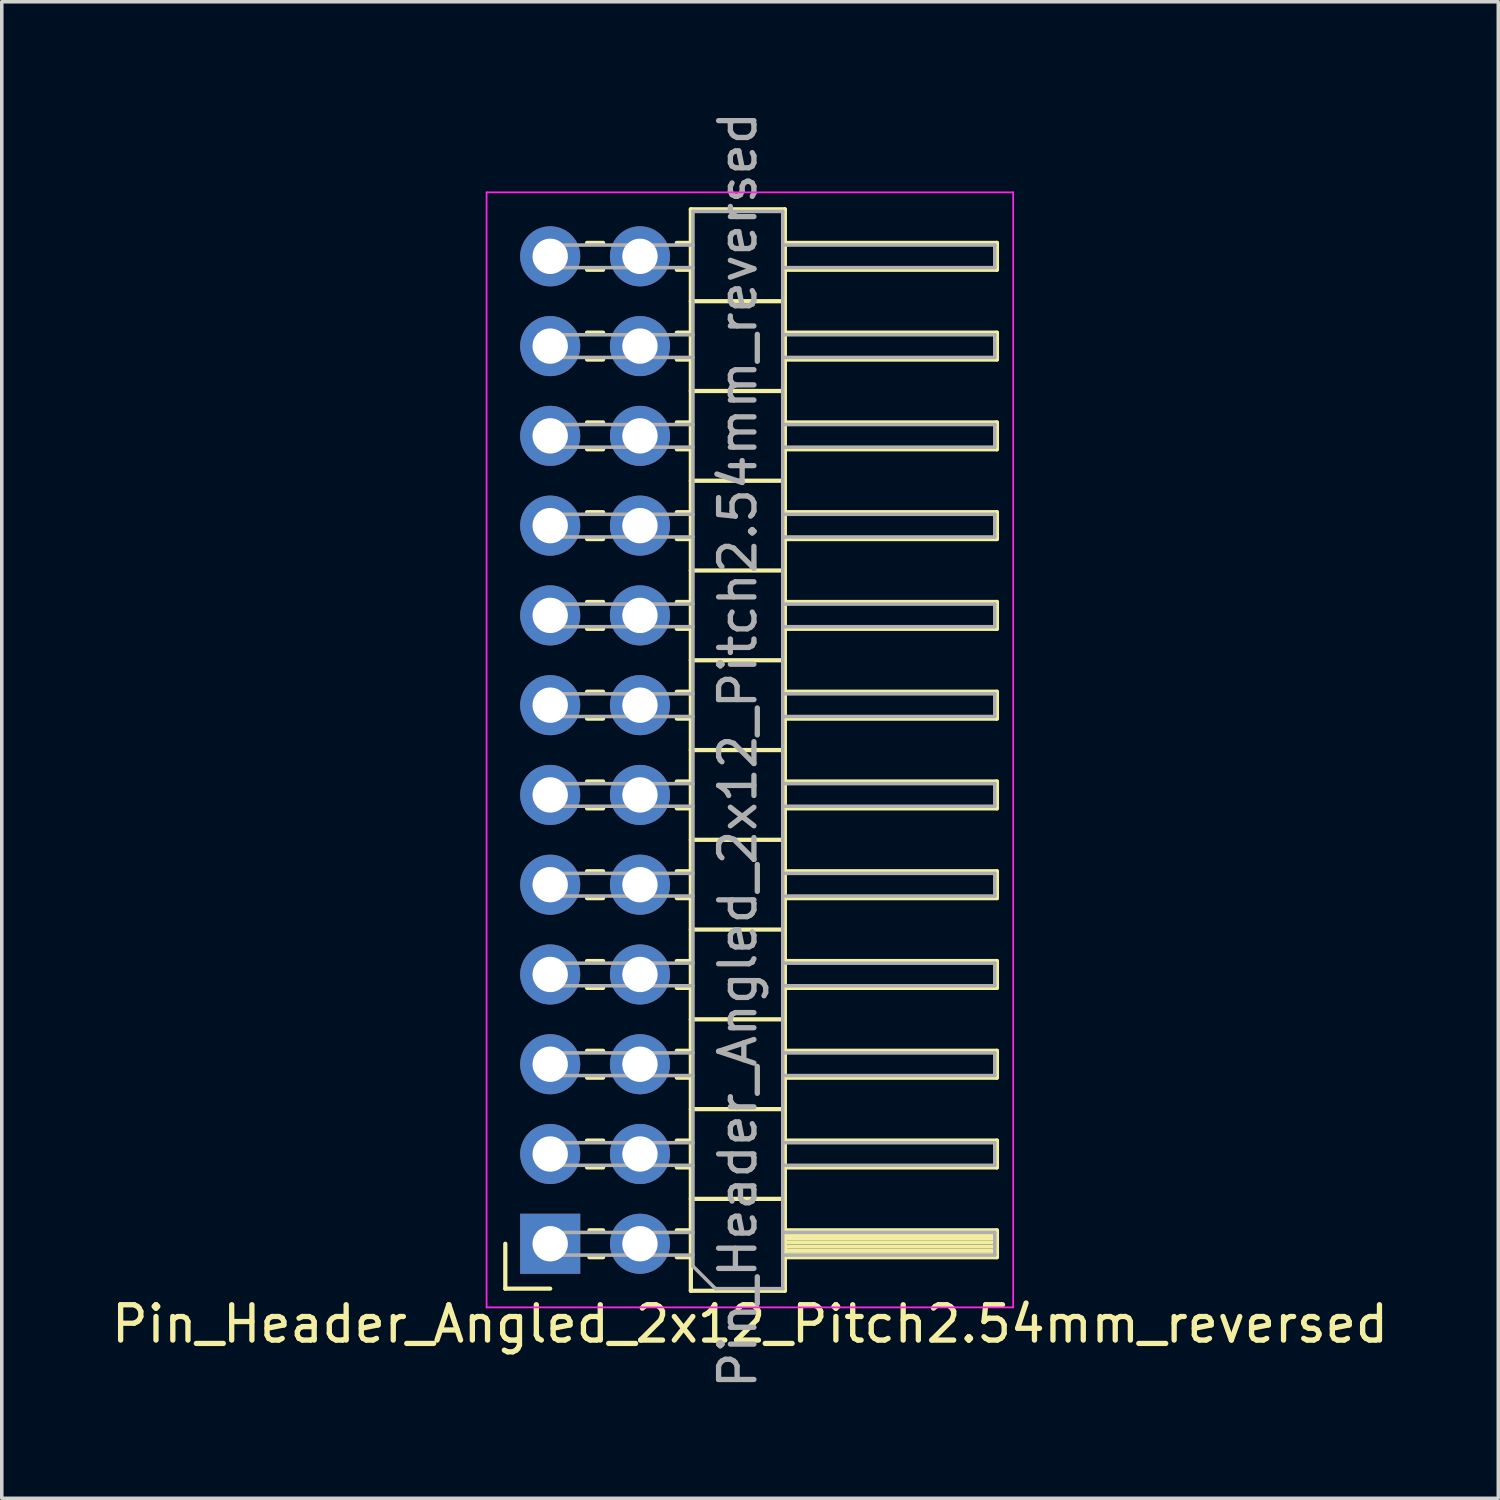
<source format=kicad_pcb>
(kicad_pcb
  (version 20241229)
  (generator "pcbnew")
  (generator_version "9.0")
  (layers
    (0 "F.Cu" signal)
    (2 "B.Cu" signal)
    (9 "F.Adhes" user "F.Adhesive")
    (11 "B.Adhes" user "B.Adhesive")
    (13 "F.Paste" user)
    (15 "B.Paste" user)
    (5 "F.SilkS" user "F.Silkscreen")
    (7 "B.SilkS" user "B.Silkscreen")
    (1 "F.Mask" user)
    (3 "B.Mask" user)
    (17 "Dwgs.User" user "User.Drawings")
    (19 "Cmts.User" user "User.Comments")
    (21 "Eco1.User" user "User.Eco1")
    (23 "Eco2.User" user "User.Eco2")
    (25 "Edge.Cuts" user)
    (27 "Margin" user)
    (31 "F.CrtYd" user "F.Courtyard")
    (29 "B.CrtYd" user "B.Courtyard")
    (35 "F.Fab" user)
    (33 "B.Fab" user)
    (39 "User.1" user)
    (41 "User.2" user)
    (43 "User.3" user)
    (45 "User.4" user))
  (footprint "Pin_Header_Angled_2x12_Pitch2.54mm_reversed"
    (layer "F.Cu")
    (at 12.518 32.143)
    (property "Reference" "Pin_Header_Angled_2x12_Pitch2.54mm_reversed" (at 5.655 2.27 0) (layer "F.SilkS") (effects (font (size 1 1) (thickness 0.15))))
    (attr through_hole)
    (fp_line (start -1.27 0) (end -1.27 1.27) (stroke (width 0.12) (type solid)) (layer "F.SilkS"))
    (fp_line (start -1.27 1.27) (end 0 1.27) (stroke (width 0.12) (type solid)) (layer "F.SilkS"))
    (fp_line (start 1.043 -28.32) (end 1.497 -28.32) (stroke (width 0.12) (type solid)) (layer "F.SilkS"))
    (fp_line (start 1.043 -27.56) (end 1.497 -27.56) (stroke (width 0.12) (type solid)) (layer "F.SilkS"))
    (fp_line (start 1.043 -25.78) (end 1.497 -25.78) (stroke (width 0.12) (type solid)) (layer "F.SilkS"))
    (fp_line (start 1.043 -25.02) (end 1.497 -25.02) (stroke (width 0.12) (type solid)) (layer "F.SilkS"))
    (fp_line (start 1.043 -23.24) (end 1.497 -23.24) (stroke (width 0.12) (type solid)) (layer "F.SilkS"))
    (fp_line (start 1.043 -22.48) (end 1.497 -22.48) (stroke (width 0.12) (type solid)) (layer "F.SilkS"))
    (fp_line (start 1.043 -20.7) (end 1.497 -20.7) (stroke (width 0.12) (type solid)) (layer "F.SilkS"))
    (fp_line (start 1.043 -19.94) (end 1.497 -19.94) (stroke (width 0.12) (type solid)) (layer "F.SilkS"))
    (fp_line (start 1.043 -18.16) (end 1.497 -18.16) (stroke (width 0.12) (type solid)) (layer "F.SilkS"))
    (fp_line (start 1.043 -17.4) (end 1.497 -17.4) (stroke (width 0.12) (type solid)) (layer "F.SilkS"))
    (fp_line (start 1.043 -15.62) (end 1.497 -15.62) (stroke (width 0.12) (type solid)) (layer "F.SilkS"))
    (fp_line (start 1.043 -14.86) (end 1.497 -14.86) (stroke (width 0.12) (type solid)) (layer "F.SilkS"))
    (fp_line (start 1.043 -13.08) (end 1.497 -13.08) (stroke (width 0.12) (type solid)) (layer "F.SilkS"))
    (fp_line (start 1.043 -12.32) (end 1.497 -12.32) (stroke (width 0.12) (type solid)) (layer "F.SilkS"))
    (fp_line (start 1.043 -10.54) (end 1.497 -10.54) (stroke (width 0.12) (type solid)) (layer "F.SilkS"))
    (fp_line (start 1.043 -9.78) (end 1.497 -9.78) (stroke (width 0.12) (type solid)) (layer "F.SilkS"))
    (fp_line (start 1.043 -8) (end 1.497 -8) (stroke (width 0.12) (type solid)) (layer "F.SilkS"))
    (fp_line (start 1.043 -7.24) (end 1.497 -7.24) (stroke (width 0.12) (type solid)) (layer "F.SilkS"))
    (fp_line (start 1.043 -5.46) (end 1.497 -5.46) (stroke (width 0.12) (type solid)) (layer "F.SilkS"))
    (fp_line (start 1.043 -4.7) (end 1.497 -4.7) (stroke (width 0.12) (type solid)) (layer "F.SilkS"))
    (fp_line (start 1.043 -2.92) (end 1.497 -2.92) (stroke (width 0.12) (type solid)) (layer "F.SilkS"))
    (fp_line (start 1.043 -2.16) (end 1.497 -2.16) (stroke (width 0.12) (type solid)) (layer "F.SilkS"))
    (fp_line (start 1.11 -0.38) (end 1.497 -0.38) (stroke (width 0.12) (type solid)) (layer "F.SilkS"))
    (fp_line (start 1.11 0.38) (end 1.497 0.38) (stroke (width 0.12) (type solid)) (layer "F.SilkS"))
    (fp_line (start 3.583 -28.32) (end 3.98 -28.32) (stroke (width 0.12) (type solid)) (layer "F.SilkS"))
    (fp_line (start 3.583 -27.56) (end 3.98 -27.56) (stroke (width 0.12) (type solid)) (layer "F.SilkS"))
    (fp_line (start 3.583 -25.78) (end 3.98 -25.78) (stroke (width 0.12) (type solid)) (layer "F.SilkS"))
    (fp_line (start 3.583 -25.02) (end 3.98 -25.02) (stroke (width 0.12) (type solid)) (layer "F.SilkS"))
    (fp_line (start 3.583 -23.24) (end 3.98 -23.24) (stroke (width 0.12) (type solid)) (layer "F.SilkS"))
    (fp_line (start 3.583 -22.48) (end 3.98 -22.48) (stroke (width 0.12) (type solid)) (layer "F.SilkS"))
    (fp_line (start 3.583 -20.7) (end 3.98 -20.7) (stroke (width 0.12) (type solid)) (layer "F.SilkS"))
    (fp_line (start 3.583 -19.94) (end 3.98 -19.94) (stroke (width 0.12) (type solid)) (layer "F.SilkS"))
    (fp_line (start 3.583 -18.16) (end 3.98 -18.16) (stroke (width 0.12) (type solid)) (layer "F.SilkS"))
    (fp_line (start 3.583 -17.4) (end 3.98 -17.4) (stroke (width 0.12) (type solid)) (layer "F.SilkS"))
    (fp_line (start 3.583 -15.62) (end 3.98 -15.62) (stroke (width 0.12) (type solid)) (layer "F.SilkS"))
    (fp_line (start 3.583 -14.86) (end 3.98 -14.86) (stroke (width 0.12) (type solid)) (layer "F.SilkS"))
    (fp_line (start 3.583 -13.08) (end 3.98 -13.08) (stroke (width 0.12) (type solid)) (layer "F.SilkS"))
    (fp_line (start 3.583 -12.32) (end 3.98 -12.32) (stroke (width 0.12) (type solid)) (layer "F.SilkS"))
    (fp_line (start 3.583 -10.54) (end 3.98 -10.54) (stroke (width 0.12) (type solid)) (layer "F.SilkS"))
    (fp_line (start 3.583 -9.78) (end 3.98 -9.78) (stroke (width 0.12) (type solid)) (layer "F.SilkS"))
    (fp_line (start 3.583 -8) (end 3.98 -8) (stroke (width 0.12) (type solid)) (layer "F.SilkS"))
    (fp_line (start 3.583 -7.24) (end 3.98 -7.24) (stroke (width 0.12) (type solid)) (layer "F.SilkS"))
    (fp_line (start 3.583 -5.46) (end 3.98 -5.46) (stroke (width 0.12) (type solid)) (layer "F.SilkS"))
    (fp_line (start 3.583 -4.7) (end 3.98 -4.7) (stroke (width 0.12) (type solid)) (layer "F.SilkS"))
    (fp_line (start 3.583 -2.92) (end 3.98 -2.92) (stroke (width 0.12) (type solid)) (layer "F.SilkS"))
    (fp_line (start 3.583 -2.16) (end 3.98 -2.16) (stroke (width 0.12) (type solid)) (layer "F.SilkS"))
    (fp_line (start 3.583 -0.38) (end 3.98 -0.38) (stroke (width 0.12) (type solid)) (layer "F.SilkS"))
    (fp_line (start 3.583 0.38) (end 3.98 0.38) (stroke (width 0.12) (type solid)) (layer "F.SilkS"))
    (fp_line (start 3.98 -29.27) (end 6.64 -29.27) (stroke (width 0.12) (type solid)) (layer "F.SilkS"))
    (fp_line (start 3.98 -26.67) (end 6.64 -26.67) (stroke (width 0.12) (type solid)) (layer "F.SilkS"))
    (fp_line (start 3.98 -24.13) (end 6.64 -24.13) (stroke (width 0.12) (type solid)) (layer "F.SilkS"))
    (fp_line (start 3.98 -21.59) (end 6.64 -21.59) (stroke (width 0.12) (type solid)) (layer "F.SilkS"))
    (fp_line (start 3.98 -19.05) (end 6.64 -19.05) (stroke (width 0.12) (type solid)) (layer "F.SilkS"))
    (fp_line (start 3.98 -16.51) (end 6.64 -16.51) (stroke (width 0.12) (type solid)) (layer "F.SilkS"))
    (fp_line (start 3.98 -13.97) (end 6.64 -13.97) (stroke (width 0.12) (type solid)) (layer "F.SilkS"))
    (fp_line (start 3.98 -11.43) (end 6.64 -11.43) (stroke (width 0.12) (type solid)) (layer "F.SilkS"))
    (fp_line (start 3.98 -8.89) (end 6.64 -8.89) (stroke (width 0.12) (type solid)) (layer "F.SilkS"))
    (fp_line (start 3.98 -6.35) (end 6.64 -6.35) (stroke (width 0.12) (type solid)) (layer "F.SilkS"))
    (fp_line (start 3.98 -3.81) (end 6.64 -3.81) (stroke (width 0.12) (type solid)) (layer "F.SilkS"))
    (fp_line (start 3.98 -1.27) (end 6.64 -1.27) (stroke (width 0.12) (type solid)) (layer "F.SilkS"))
    (fp_line (start 3.98 1.33) (end 3.98 -29.27) (stroke (width 0.12) (type solid)) (layer "F.SilkS"))
    (fp_line (start 6.64 -29.27) (end 6.64 1.33) (stroke (width 0.12) (type solid)) (layer "F.SilkS"))
    (fp_line (start 6.64 -27.56) (end 12.64 -27.56) (stroke (width 0.12) (type solid)) (layer "F.SilkS"))
    (fp_line (start 6.64 -25.02) (end 12.64 -25.02) (stroke (width 0.12) (type solid)) (layer "F.SilkS"))
    (fp_line (start 6.64 -22.48) (end 12.64 -22.48) (stroke (width 0.12) (type solid)) (layer "F.SilkS"))
    (fp_line (start 6.64 -19.94) (end 12.64 -19.94) (stroke (width 0.12) (type solid)) (layer "F.SilkS"))
    (fp_line (start 6.64 -17.4) (end 12.64 -17.4) (stroke (width 0.12) (type solid)) (layer "F.SilkS"))
    (fp_line (start 6.64 -14.86) (end 12.64 -14.86) (stroke (width 0.12) (type solid)) (layer "F.SilkS"))
    (fp_line (start 6.64 -12.32) (end 12.64 -12.32) (stroke (width 0.12) (type solid)) (layer "F.SilkS"))
    (fp_line (start 6.64 -9.78) (end 12.64 -9.78) (stroke (width 0.12) (type solid)) (layer "F.SilkS"))
    (fp_line (start 6.64 -7.24) (end 12.64 -7.24) (stroke (width 0.12) (type solid)) (layer "F.SilkS"))
    (fp_line (start 6.64 -4.7) (end 12.64 -4.7) (stroke (width 0.12) (type solid)) (layer "F.SilkS"))
    (fp_line (start 6.64 -2.16) (end 12.64 -2.16) (stroke (width 0.12) (type solid)) (layer "F.SilkS"))
    (fp_line (start 6.64 -0.28) (end 12.64 -0.28) (stroke (width 0.12) (type solid)) (layer "F.SilkS"))
    (fp_line (start 6.64 -0.16) (end 12.64 -0.16) (stroke (width 0.12) (type solid)) (layer "F.SilkS"))
    (fp_line (start 6.64 -0.04) (end 12.64 -0.04) (stroke (width 0.12) (type solid)) (layer "F.SilkS"))
    (fp_line (start 6.64 0.08) (end 12.64 0.08) (stroke (width 0.12) (type solid)) (layer "F.SilkS"))
    (fp_line (start 6.64 0.2) (end 12.64 0.2) (stroke (width 0.12) (type solid)) (layer "F.SilkS"))
    (fp_line (start 6.64 0.32) (end 12.64 0.32) (stroke (width 0.12) (type solid)) (layer "F.SilkS"))
    (fp_line (start 6.64 0.38) (end 12.64 0.38) (stroke (width 0.12) (type solid)) (layer "F.SilkS"))
    (fp_line (start 6.64 1.33) (end 3.98 1.33) (stroke (width 0.12) (type solid)) (layer "F.SilkS"))
    (fp_line (start 12.64 -28.32) (end 6.64 -28.32) (stroke (width 0.12) (type solid)) (layer "F.SilkS"))
    (fp_line (start 12.64 -27.56) (end 12.64 -28.32) (stroke (width 0.12) (type solid)) (layer "F.SilkS"))
    (fp_line (start 12.64 -25.78) (end 6.64 -25.78) (stroke (width 0.12) (type solid)) (layer "F.SilkS"))
    (fp_line (start 12.64 -25.02) (end 12.64 -25.78) (stroke (width 0.12) (type solid)) (layer "F.SilkS"))
    (fp_line (start 12.64 -23.24) (end 6.64 -23.24) (stroke (width 0.12) (type solid)) (layer "F.SilkS"))
    (fp_line (start 12.64 -22.48) (end 12.64 -23.24) (stroke (width 0.12) (type solid)) (layer "F.SilkS"))
    (fp_line (start 12.64 -20.7) (end 6.64 -20.7) (stroke (width 0.12) (type solid)) (layer "F.SilkS"))
    (fp_line (start 12.64 -19.94) (end 12.64 -20.7) (stroke (width 0.12) (type solid)) (layer "F.SilkS"))
    (fp_line (start 12.64 -18.16) (end 6.64 -18.16) (stroke (width 0.12) (type solid)) (layer "F.SilkS"))
    (fp_line (start 12.64 -17.4) (end 12.64 -18.16) (stroke (width 0.12) (type solid)) (layer "F.SilkS"))
    (fp_line (start 12.64 -15.62) (end 6.64 -15.62) (stroke (width 0.12) (type solid)) (layer "F.SilkS"))
    (fp_line (start 12.64 -14.86) (end 12.64 -15.62) (stroke (width 0.12) (type solid)) (layer "F.SilkS"))
    (fp_line (start 12.64 -13.08) (end 6.64 -13.08) (stroke (width 0.12) (type solid)) (layer "F.SilkS"))
    (fp_line (start 12.64 -12.32) (end 12.64 -13.08) (stroke (width 0.12) (type solid)) (layer "F.SilkS"))
    (fp_line (start 12.64 -10.54) (end 6.64 -10.54) (stroke (width 0.12) (type solid)) (layer "F.SilkS"))
    (fp_line (start 12.64 -9.78) (end 12.64 -10.54) (stroke (width 0.12) (type solid)) (layer "F.SilkS"))
    (fp_line (start 12.64 -8) (end 6.64 -8) (stroke (width 0.12) (type solid)) (layer "F.SilkS"))
    (fp_line (start 12.64 -7.24) (end 12.64 -8) (stroke (width 0.12) (type solid)) (layer "F.SilkS"))
    (fp_line (start 12.64 -5.46) (end 6.64 -5.46) (stroke (width 0.12) (type solid)) (layer "F.SilkS"))
    (fp_line (start 12.64 -4.7) (end 12.64 -5.46) (stroke (width 0.12) (type solid)) (layer "F.SilkS"))
    (fp_line (start 12.64 -2.92) (end 6.64 -2.92) (stroke (width 0.12) (type solid)) (layer "F.SilkS"))
    (fp_line (start 12.64 -2.16) (end 12.64 -2.92) (stroke (width 0.12) (type solid)) (layer "F.SilkS"))
    (fp_line (start 12.64 -0.38) (end 6.64 -0.38) (stroke (width 0.12) (type solid)) (layer "F.SilkS"))
    (fp_line (start 12.64 0.38) (end 12.64 -0.38) (stroke (width 0.12) (type solid)) (layer "F.SilkS"))
    (fp_line (start -1.8 -29.75) (end 13.1 -29.75) (stroke (width 0.05) (type solid)) (layer "F.CrtYd"))
    (fp_line (start -1.8 1.8) (end -1.8 -29.75) (stroke (width 0.05) (type solid)) (layer "F.CrtYd"))
    (fp_line (start 13.1 -29.75) (end 13.1 1.8) (stroke (width 0.05) (type solid)) (layer "F.CrtYd"))
    (fp_line (start 13.1 1.8) (end -1.8 1.8) (stroke (width 0.05) (type solid)) (layer "F.CrtYd"))
    (fp_line (start -0.32 -28.26) (end 4.04 -28.26) (stroke (width 0.1) (type solid)) (layer "F.Fab"))
    (fp_line (start -0.32 -27.62) (end -0.32 -28.26) (stroke (width 0.1) (type solid)) (layer "F.Fab"))
    (fp_line (start -0.32 -27.62) (end 4.04 -27.62) (stroke (width 0.1) (type solid)) (layer "F.Fab"))
    (fp_line (start -0.32 -25.72) (end 4.04 -25.72) (stroke (width 0.1) (type solid)) (layer "F.Fab"))
    (fp_line (start -0.32 -25.08) (end -0.32 -25.72) (stroke (width 0.1) (type solid)) (layer "F.Fab"))
    (fp_line (start -0.32 -25.08) (end 4.04 -25.08) (stroke (width 0.1) (type solid)) (layer "F.Fab"))
    (fp_line (start -0.32 -23.18) (end 4.04 -23.18) (stroke (width 0.1) (type solid)) (layer "F.Fab"))
    (fp_line (start -0.32 -22.54) (end -0.32 -23.18) (stroke (width 0.1) (type solid)) (layer "F.Fab"))
    (fp_line (start -0.32 -22.54) (end 4.04 -22.54) (stroke (width 0.1) (type solid)) (layer "F.Fab"))
    (fp_line (start -0.32 -20.64) (end 4.04 -20.64) (stroke (width 0.1) (type solid)) (layer "F.Fab"))
    (fp_line (start -0.32 -20) (end -0.32 -20.64) (stroke (width 0.1) (type solid)) (layer "F.Fab"))
    (fp_line (start -0.32 -20) (end 4.04 -20) (stroke (width 0.1) (type solid)) (layer "F.Fab"))
    (fp_line (start -0.32 -18.1) (end 4.04 -18.1) (stroke (width 0.1) (type solid)) (layer "F.Fab"))
    (fp_line (start -0.32 -17.46) (end -0.32 -18.1) (stroke (width 0.1) (type solid)) (layer "F.Fab"))
    (fp_line (start -0.32 -17.46) (end 4.04 -17.46) (stroke (width 0.1) (type solid)) (layer "F.Fab"))
    (fp_line (start -0.32 -15.56) (end 4.04 -15.56) (stroke (width 0.1) (type solid)) (layer "F.Fab"))
    (fp_line (start -0.32 -14.92) (end -0.32 -15.56) (stroke (width 0.1) (type solid)) (layer "F.Fab"))
    (fp_line (start -0.32 -14.92) (end 4.04 -14.92) (stroke (width 0.1) (type solid)) (layer "F.Fab"))
    (fp_line (start -0.32 -13.02) (end 4.04 -13.02) (stroke (width 0.1) (type solid)) (layer "F.Fab"))
    (fp_line (start -0.32 -12.38) (end -0.32 -13.02) (stroke (width 0.1) (type solid)) (layer "F.Fab"))
    (fp_line (start -0.32 -12.38) (end 4.04 -12.38) (stroke (width 0.1) (type solid)) (layer "F.Fab"))
    (fp_line (start -0.32 -10.48) (end 4.04 -10.48) (stroke (width 0.1) (type solid)) (layer "F.Fab"))
    (fp_line (start -0.32 -9.84) (end -0.32 -10.48) (stroke (width 0.1) (type solid)) (layer "F.Fab"))
    (fp_line (start -0.32 -9.84) (end 4.04 -9.84) (stroke (width 0.1) (type solid)) (layer "F.Fab"))
    (fp_line (start -0.32 -7.94) (end 4.04 -7.94) (stroke (width 0.1) (type solid)) (layer "F.Fab"))
    (fp_line (start -0.32 -7.3) (end -0.32 -7.94) (stroke (width 0.1) (type solid)) (layer "F.Fab"))
    (fp_line (start -0.32 -7.3) (end 4.04 -7.3) (stroke (width 0.1) (type solid)) (layer "F.Fab"))
    (fp_line (start -0.32 -5.4) (end 4.04 -5.4) (stroke (width 0.1) (type solid)) (layer "F.Fab"))
    (fp_line (start -0.32 -4.76) (end -0.32 -5.4) (stroke (width 0.1) (type solid)) (layer "F.Fab"))
    (fp_line (start -0.32 -4.76) (end 4.04 -4.76) (stroke (width 0.1) (type solid)) (layer "F.Fab"))
    (fp_line (start -0.32 -2.86) (end 4.04 -2.86) (stroke (width 0.1) (type solid)) (layer "F.Fab"))
    (fp_line (start -0.32 -2.22) (end -0.32 -2.86) (stroke (width 0.1) (type solid)) (layer "F.Fab"))
    (fp_line (start -0.32 -2.22) (end 4.04 -2.22) (stroke (width 0.1) (type solid)) (layer "F.Fab"))
    (fp_line (start -0.32 -0.32) (end 4.04 -0.32) (stroke (width 0.1) (type solid)) (layer "F.Fab"))
    (fp_line (start -0.32 0.32) (end -0.32 -0.32) (stroke (width 0.1) (type solid)) (layer "F.Fab"))
    (fp_line (start -0.32 0.32) (end 4.04 0.32) (stroke (width 0.1) (type solid)) (layer "F.Fab"))
    (fp_line (start 4.04 -29.21) (end 4.04 0.635) (stroke (width 0.1) (type solid)) (layer "F.Fab"))
    (fp_line (start 4.04 0.635) (end 4.675 1.27) (stroke (width 0.1) (type solid)) (layer "F.Fab"))
    (fp_line (start 4.675 1.27) (end 6.58 1.27) (stroke (width 0.1) (type solid)) (layer "F.Fab"))
    (fp_line (start 6.58 -29.21) (end 4.04 -29.21) (stroke (width 0.1) (type solid)) (layer "F.Fab"))
    (fp_line (start 6.58 -28.26) (end 12.58 -28.26) (stroke (width 0.1) (type solid)) (layer "F.Fab"))
    (fp_line (start 6.58 -27.62) (end 12.58 -27.62) (stroke (width 0.1) (type solid)) (layer "F.Fab"))
    (fp_line (start 6.58 -25.72) (end 12.58 -25.72) (stroke (width 0.1) (type solid)) (layer "F.Fab"))
    (fp_line (start 6.58 -25.08) (end 12.58 -25.08) (stroke (width 0.1) (type solid)) (layer "F.Fab"))
    (fp_line (start 6.58 -23.18) (end 12.58 -23.18) (stroke (width 0.1) (type solid)) (layer "F.Fab"))
    (fp_line (start 6.58 -22.54) (end 12.58 -22.54) (stroke (width 0.1) (type solid)) (layer "F.Fab"))
    (fp_line (start 6.58 -20.64) (end 12.58 -20.64) (stroke (width 0.1) (type solid)) (layer "F.Fab"))
    (fp_line (start 6.58 -20) (end 12.58 -20) (stroke (width 0.1) (type solid)) (layer "F.Fab"))
    (fp_line (start 6.58 -18.1) (end 12.58 -18.1) (stroke (width 0.1) (type solid)) (layer "F.Fab"))
    (fp_line (start 6.58 -17.46) (end 12.58 -17.46) (stroke (width 0.1) (type solid)) (layer "F.Fab"))
    (fp_line (start 6.58 -15.56) (end 12.58 -15.56) (stroke (width 0.1) (type solid)) (layer "F.Fab"))
    (fp_line (start 6.58 -14.92) (end 12.58 -14.92) (stroke (width 0.1) (type solid)) (layer "F.Fab"))
    (fp_line (start 6.58 -13.02) (end 12.58 -13.02) (stroke (width 0.1) (type solid)) (layer "F.Fab"))
    (fp_line (start 6.58 -12.38) (end 12.58 -12.38) (stroke (width 0.1) (type solid)) (layer "F.Fab"))
    (fp_line (start 6.58 -10.48) (end 12.58 -10.48) (stroke (width 0.1) (type solid)) (layer "F.Fab"))
    (fp_line (start 6.58 -9.84) (end 12.58 -9.84) (stroke (width 0.1) (type solid)) (layer "F.Fab"))
    (fp_line (start 6.58 -7.94) (end 12.58 -7.94) (stroke (width 0.1) (type solid)) (layer "F.Fab"))
    (fp_line (start 6.58 -7.3) (end 12.58 -7.3) (stroke (width 0.1) (type solid)) (layer "F.Fab"))
    (fp_line (start 6.58 -5.4) (end 12.58 -5.4) (stroke (width 0.1) (type solid)) (layer "F.Fab"))
    (fp_line (start 6.58 -4.76) (end 12.58 -4.76) (stroke (width 0.1) (type solid)) (layer "F.Fab"))
    (fp_line (start 6.58 -2.86) (end 12.58 -2.86) (stroke (width 0.1) (type solid)) (layer "F.Fab"))
    (fp_line (start 6.58 -2.22) (end 12.58 -2.22) (stroke (width 0.1) (type solid)) (layer "F.Fab"))
    (fp_line (start 6.58 -0.32) (end 12.58 -0.32) (stroke (width 0.1) (type solid)) (layer "F.Fab"))
    (fp_line (start 6.58 0.32) (end 12.58 0.32) (stroke (width 0.1) (type solid)) (layer "F.Fab"))
    (fp_line (start 6.58 1.27) (end 6.58 -29.21) (stroke (width 0.1) (type solid)) (layer "F.Fab"))
    (fp_line (start 12.58 -27.62) (end 12.58 -28.26) (stroke (width 0.1) (type solid)) (layer "F.Fab"))
    (fp_line (start 12.58 -25.08) (end 12.58 -25.72) (stroke (width 0.1) (type solid)) (layer "F.Fab"))
    (fp_line (start 12.58 -22.54) (end 12.58 -23.18) (stroke (width 0.1) (type solid)) (layer "F.Fab"))
    (fp_line (start 12.58 -20) (end 12.58 -20.64) (stroke (width 0.1) (type solid)) (layer "F.Fab"))
    (fp_line (start 12.58 -17.46) (end 12.58 -18.1) (stroke (width 0.1) (type solid)) (layer "F.Fab"))
    (fp_line (start 12.58 -14.92) (end 12.58 -15.56) (stroke (width 0.1) (type solid)) (layer "F.Fab"))
    (fp_line (start 12.58 -12.38) (end 12.58 -13.02) (stroke (width 0.1) (type solid)) (layer "F.Fab"))
    (fp_line (start 12.58 -9.84) (end 12.58 -10.48) (stroke (width 0.1) (type solid)) (layer "F.Fab"))
    (fp_line (start 12.58 -7.3) (end 12.58 -7.94) (stroke (width 0.1) (type solid)) (layer "F.Fab"))
    (fp_line (start 12.58 -4.76) (end 12.58 -5.4) (stroke (width 0.1) (type solid)) (layer "F.Fab"))
    (fp_line (start 12.58 -2.22) (end 12.58 -2.86) (stroke (width 0.1) (type solid)) (layer "F.Fab"))
    (fp_line (start 12.58 0.32) (end 12.58 -0.32) (stroke (width 0.1) (type solid)) (layer "F.Fab"))
    (fp_text user "${REFERENCE}" (at 5.31 -13.97 90) (layer "F.Fab") (effects (font (size 1 1) (thickness 0.15))))
    (pad "1" thru_hole rect (at 0 0) (size 1.7 1.7) (drill 1) (layers "*.Cu" "*.Mask"))
    (pad "2" thru_hole oval (at 2.54 0) (size 1.7 1.7) (drill 1) (layers "*.Cu" "*.Mask"))
    (pad "3" thru_hole oval (at 0 -2.54) (size 1.7 1.7) (drill 1) (layers "*.Cu" "*.Mask"))
    (pad "4" thru_hole oval (at 2.54 -2.54) (size 1.7 1.7) (drill 1) (layers "*.Cu" "*.Mask"))
    (pad "5" thru_hole oval (at 0 -5.08) (size 1.7 1.7) (drill 1) (layers "*.Cu" "*.Mask"))
    (pad "6" thru_hole oval (at 2.54 -5.08) (size 1.7 1.7) (drill 1) (layers "*.Cu" "*.Mask"))
    (pad "7" thru_hole oval (at 0 -7.62) (size 1.7 1.7) (drill 1) (layers "*.Cu" "*.Mask"))
    (pad "8" thru_hole oval (at 2.54 -7.62) (size 1.7 1.7) (drill 1) (layers "*.Cu" "*.Mask"))
    (pad "9" thru_hole oval (at 0 -10.16) (size 1.7 1.7) (drill 1) (layers "*.Cu" "*.Mask"))
    (pad "10" thru_hole oval (at 2.54 -10.16) (size 1.7 1.7) (drill 1) (layers "*.Cu" "*.Mask"))
    (pad "11" thru_hole oval (at 0 -12.7) (size 1.7 1.7) (drill 1) (layers "*.Cu" "*.Mask"))
    (pad "12" thru_hole oval (at 2.54 -12.7) (size 1.7 1.7) (drill 1) (layers "*.Cu" "*.Mask"))
    (pad "13" thru_hole oval (at 0 -15.24) (size 1.7 1.7) (drill 1) (layers "*.Cu" "*.Mask"))
    (pad "14" thru_hole oval (at 2.54 -15.24) (size 1.7 1.7) (drill 1) (layers "*.Cu" "*.Mask"))
    (pad "15" thru_hole oval (at 0 -17.78) (size 1.7 1.7) (drill 1) (layers "*.Cu" "*.Mask"))
    (pad "16" thru_hole oval (at 2.54 -17.78) (size 1.7 1.7) (drill 1) (layers "*.Cu" "*.Mask"))
    (pad "17" thru_hole oval (at 0 -20.32) (size 1.7 1.7) (drill 1) (layers "*.Cu" "*.Mask"))
    (pad "18" thru_hole oval (at 2.54 -20.32) (size 1.7 1.7) (drill 1) (layers "*.Cu" "*.Mask"))
    (pad "19" thru_hole oval (at 0 -22.86) (size 1.7 1.7) (drill 1) (layers "*.Cu" "*.Mask"))
    (pad "20" thru_hole oval (at 2.54 -22.86) (size 1.7 1.7) (drill 1) (layers "*.Cu" "*.Mask"))
    (pad "21" thru_hole oval (at 0 -25.4) (size 1.7 1.7) (drill 1) (layers "*.Cu" "*.Mask"))
    (pad "22" thru_hole oval (at 2.54 -25.4) (size 1.7 1.7) (drill 1) (layers "*.Cu" "*.Mask"))
    (pad "23" thru_hole oval (at 0 -27.94) (size 1.7 1.7) (drill 1) (layers "*.Cu" "*.Mask"))
    (pad "24" thru_hole oval (at 2.54 -27.94) (size 1.7 1.7) (drill 1) (layers "*.Cu" "*.Mask")))
  (gr_rect
    (start -3 -3)
    (end 39.345 39.345)
    (stroke (width 0.1) (type default))
    (fill no)
    (layer "Edge.Cuts")))
</source>
